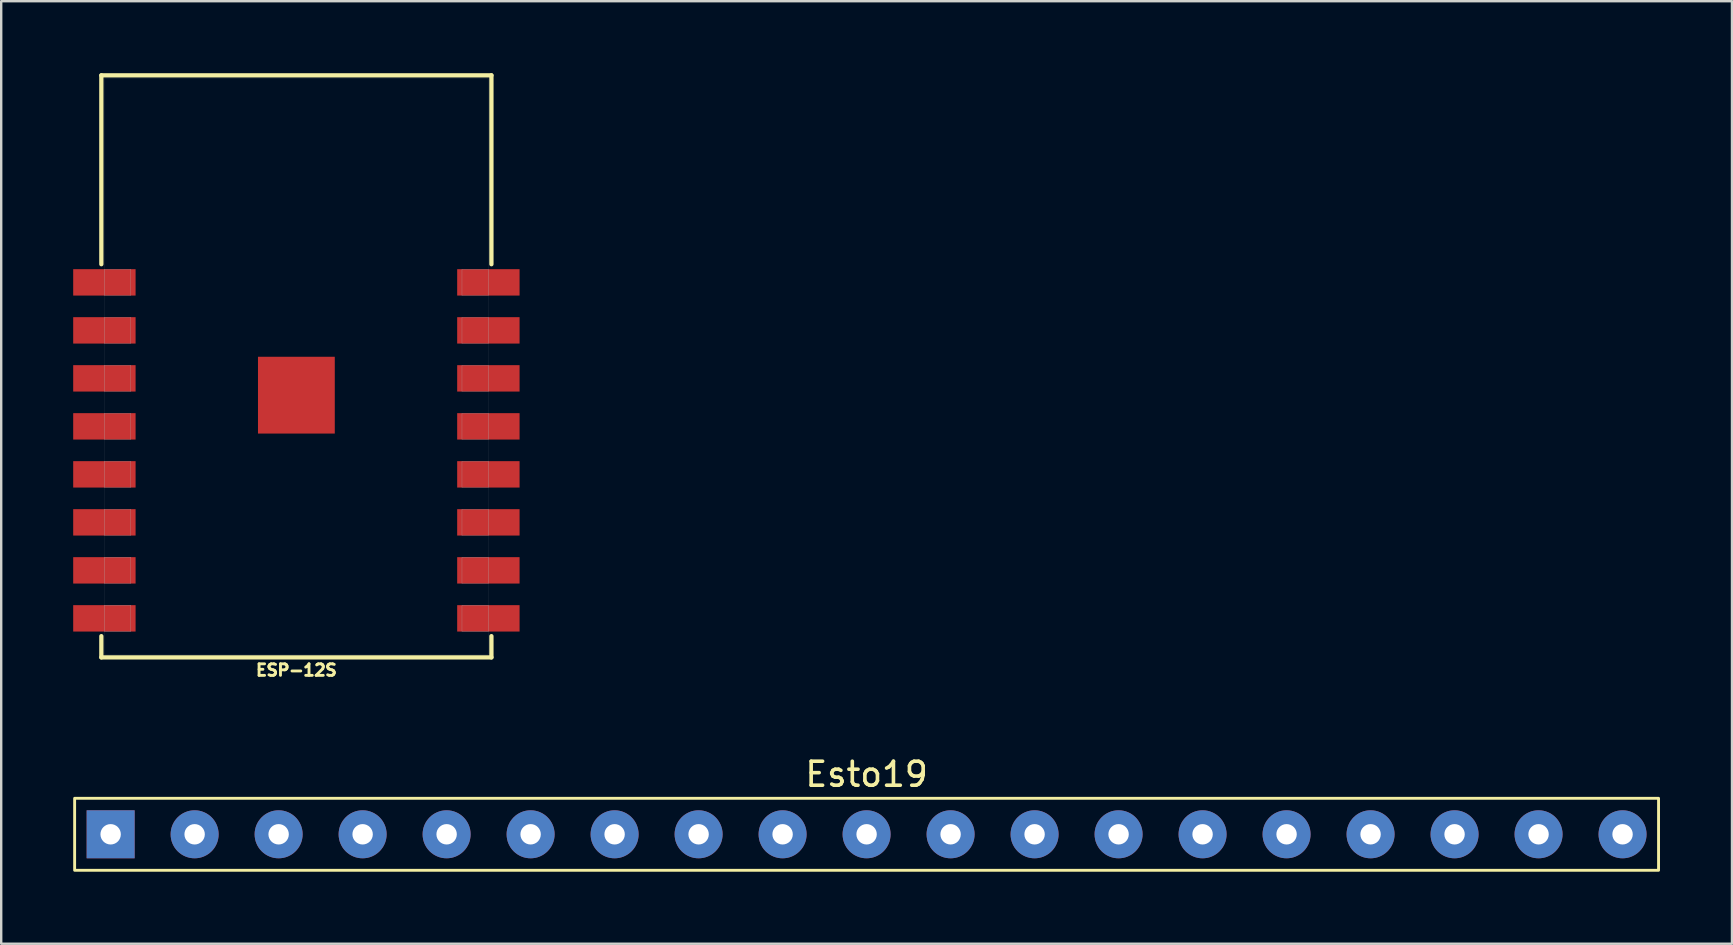
<source format=kicad_pcb>
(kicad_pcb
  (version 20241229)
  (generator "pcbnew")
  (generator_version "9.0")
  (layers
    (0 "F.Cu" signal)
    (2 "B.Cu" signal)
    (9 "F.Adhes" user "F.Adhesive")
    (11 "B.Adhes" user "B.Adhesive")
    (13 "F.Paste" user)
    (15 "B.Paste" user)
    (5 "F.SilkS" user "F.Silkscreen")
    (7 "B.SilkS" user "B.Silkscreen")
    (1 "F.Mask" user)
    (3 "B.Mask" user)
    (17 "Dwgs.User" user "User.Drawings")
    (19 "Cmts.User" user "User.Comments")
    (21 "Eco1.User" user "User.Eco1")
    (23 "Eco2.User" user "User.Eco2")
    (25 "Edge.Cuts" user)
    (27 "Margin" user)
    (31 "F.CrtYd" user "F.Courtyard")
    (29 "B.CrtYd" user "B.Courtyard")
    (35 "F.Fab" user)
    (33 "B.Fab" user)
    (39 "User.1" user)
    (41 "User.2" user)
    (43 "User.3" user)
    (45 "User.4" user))
  (footprint "Esto19"
    (layer "F.Cu")
    (at 33.06 31.714)
    (property "Reference" "Esto19" (at 0 -2.5 0) (unlocked yes) (layer "F.SilkS") (effects (font (size 1 1) (thickness 0.15))))
    (attr through_hole)
    (fp_rect (start -33 1.5) (end 33 -1.5) (stroke (width 0.12) (type solid)) (fill no) (layer "F.SilkS"))
    (pad "1" thru_hole rect (at -31.5 0) (size 2 2) (drill 0.85) (layers "*.Cu" "*.Mask"))
    (pad "2" thru_hole circle (at -28 0) (size 2 2) (drill 0.85) (layers "*.Cu" "*.Mask"))
    (pad "3" thru_hole circle (at -24.5 0) (size 2 2) (drill 0.85) (layers "*.Cu" "*.Mask"))
    (pad "4" thru_hole circle (at -21 0) (size 2 2) (drill 0.85) (layers "*.Cu" "*.Mask"))
    (pad "5" thru_hole circle (at -17.5 0) (size 2 2) (drill 0.85) (layers "*.Cu" "*.Mask"))
    (pad "6" thru_hole circle (at -14 0) (size 2 2) (drill 0.85) (layers "*.Cu" "*.Mask"))
    (pad "7" thru_hole circle (at -10.5 0) (size 2 2) (drill 0.85) (layers "*.Cu" "*.Mask"))
    (pad "8" thru_hole circle (at -7 0) (size 2 2) (drill 0.85) (layers "*.Cu" "*.Mask"))
    (pad "9" thru_hole circle (at -3.5 0) (size 2 2) (drill 0.85) (layers "*.Cu" "*.Mask"))
    (pad "10" thru_hole circle (at 0 0) (size 2 2) (drill 0.85) (layers "*.Cu" "*.Mask"))
    (pad "11" thru_hole circle (at 3.5 0) (size 2 2) (drill 0.85) (layers "*.Cu" "*.Mask"))
    (pad "12" thru_hole circle (at 7 0) (size 2 2) (drill 0.85) (layers "*.Cu" "*.Mask"))
    (pad "13" thru_hole circle (at 10.5 0) (size 2 2) (drill 0.85) (layers "*.Cu" "*.Mask"))
    (pad "14" thru_hole circle (at 14 0) (size 2 2) (drill 0.85) (layers "*.Cu" "*.Mask"))
    (pad "15" thru_hole circle (at 17.5 0) (size 2 2) (drill 0.85) (layers "*.Cu" "*.Mask"))
    (pad "16" thru_hole circle (at 21 0) (size 2 2) (drill 0.85) (layers "*.Cu" "*.Mask"))
    (pad "17" thru_hole circle (at 24.5 0) (size 2 2) (drill 0.85) (layers "*.Cu" "*.Mask"))
    (pad "18" thru_hole circle (at 28 0) (size 2 2) (drill 0.85) (layers "*.Cu" "*.Mask"))
    (pad "19" thru_hole circle (at 31.5 0) (size 2 2) (drill 0.85) (layers "*.Cu" "*.Mask")))
  (footprint "ESP-12S"
    (layer "F.Cu")
    (at 9.3 12.216)
    (property "Reference" "ESP-12S" (at 0 12.659 0) (layer "F.SilkS") (effects (font (size 0.48 0.48) (thickness 0.15))))
    (attr smd)
    (fp_line (start -8.127 -12.127) (end 8.127 -12.127) (stroke (width 0.178) (type solid)) (layer "F.SilkS"))
    (fp_line (start -8.127 -4.256) (end -8.127 -12.127) (stroke (width 0.178) (type solid)) (layer "F.SilkS"))
    (fp_line (start -8.127 12.127) (end -8.127 11.241) (stroke (width 0.178) (type solid)) (layer "F.SilkS"))
    (fp_line (start 8.127 -12.127) (end 8.127 -4.256) (stroke (width 0.178) (type solid)) (layer "F.SilkS"))
    (fp_line (start 8.127 11.241) (end 8.127 12.127) (stroke (width 0.178) (type solid)) (layer "F.SilkS"))
    (fp_line (start 8.127 12.127) (end -8.127 12.127) (stroke (width 0.178) (type solid)) (layer "F.SilkS"))
    (fp_poly (pts (xy -1.016 0.159) (xy 0.984 0.159) (xy 0.984 2.159) (xy -1.016 2.159)) (stroke (width 0.01) (type solid)) (fill yes) (layer "F.Paste"))
    (fp_line (start -8 -12) (end 8 -12) (stroke (width 0.003) (type solid)) (layer "F.Fab"))
    (fp_line (start -8 12) (end -8 -12) (stroke (width 0.003) (type solid)) (layer "F.Fab"))
    (fp_line (start 8 -12) (end 8 12) (stroke (width 0.003) (type solid)) (layer "F.Fab"))
    (fp_line (start 8 12) (end -8 12) (stroke (width 0.003) (type solid)) (layer "F.Fab"))
    (fp_poly (pts (xy -8 -4.05) (xy -6.9 -4.05) (xy -6.9 -2.95) (xy -8 -2.95)) (stroke (width 0.01) (type solid)) (fill no) (layer "F.Fab"))
    (fp_poly (pts (xy -8 -2.05) (xy -6.9 -2.05) (xy -6.9 -0.95) (xy -8 -0.95)) (stroke (width 0.01) (type solid)) (fill no) (layer "F.Fab"))
    (fp_poly (pts (xy -8 -0.05) (xy -6.9 -0.05) (xy -6.9 1.05) (xy -8 1.05)) (stroke (width 0.01) (type solid)) (fill no) (layer "F.Fab"))
    (fp_poly (pts (xy -8 1.95) (xy -6.9 1.95) (xy -6.9 3.05) (xy -8 3.05)) (stroke (width 0.01) (type solid)) (fill no) (layer "F.Fab"))
    (fp_poly (pts (xy -8 3.95) (xy -6.9 3.95) (xy -6.9 5.05) (xy -8 5.05)) (stroke (width 0.01) (type solid)) (fill no) (layer "F.Fab"))
    (fp_poly (pts (xy -8 5.95) (xy -6.9 5.95) (xy -6.9 7.05) (xy -8 7.05)) (stroke (width 0.01) (type solid)) (fill no) (layer "F.Fab"))
    (fp_poly (pts (xy -8 7.95) (xy -6.9 7.95) (xy -6.9 9.05) (xy -8 9.05)) (stroke (width 0.01) (type solid)) (fill no) (layer "F.Fab"))
    (fp_poly (pts (xy -8 9.95) (xy -6.9 9.95) (xy -6.9 11.05) (xy -8 11.05)) (stroke (width 0.01) (type solid)) (fill no) (layer "F.Fab"))
    (fp_poly (pts (xy 6.9 -4.05) (xy 8 -4.05) (xy 8 -2.95) (xy 6.9 -2.95)) (stroke (width 0.01) (type solid)) (fill no) (layer "F.Fab"))
    (fp_poly (pts (xy 6.9 -2.05) (xy 8 -2.05) (xy 8 -0.95) (xy 6.9 -0.95)) (stroke (width 0.01) (type solid)) (fill no) (layer "F.Fab"))
    (fp_poly (pts (xy 6.9 -0.05) (xy 8 -0.05) (xy 8 1.05) (xy 6.9 1.05)) (stroke (width 0.01) (type solid)) (fill no) (layer "F.Fab"))
    (fp_poly (pts (xy 6.9 1.95) (xy 8 1.95) (xy 8 3.05) (xy 6.9 3.05)) (stroke (width 0.01) (type solid)) (fill no) (layer "F.Fab"))
    (fp_poly (pts (xy 6.9 3.95) (xy 8 3.95) (xy 8 5.05) (xy 6.9 5.05)) (stroke (width 0.01) (type solid)) (fill no) (layer "F.Fab"))
    (fp_poly (pts (xy 6.9 5.95) (xy 8 5.95) (xy 8 7.05) (xy 6.9 7.05)) (stroke (width 0.01) (type solid)) (fill no) (layer "F.Fab"))
    (fp_poly (pts (xy 6.9 7.95) (xy 8 7.95) (xy 8 9.05) (xy 6.9 9.05)) (stroke (width 0.01) (type solid)) (fill no) (layer "F.Fab"))
    (fp_poly (pts (xy 6.9 9.95) (xy 8 9.95) (xy 8 11.05) (xy 6.9 11.05)) (stroke (width 0.01) (type solid)) (fill no) (layer "F.Fab"))
    (pad "1" smd rect (at -8 -3.5) (size 2.6 1.1) (layers "F.Cu" "F.Mask" "F.Paste"))
    (pad "2" smd rect (at -8 -1.5) (size 2.6 1.1) (layers "F.Cu" "F.Mask" "F.Paste"))
    (pad "3" smd rect (at -8 0.5) (size 2.6 1.1) (layers "F.Cu" "F.Mask" "F.Paste"))
    (pad "4" smd rect (at -8 2.5) (size 2.6 1.1) (layers "F.Cu" "F.Mask" "F.Paste"))
    (pad "5" smd rect (at -8 4.5) (size 2.6 1.1) (layers "F.Cu" "F.Mask" "F.Paste"))
    (pad "6" smd rect (at -8 6.5) (size 2.6 1.1) (layers "F.Cu" "F.Mask" "F.Paste"))
    (pad "7" smd rect (at -8 8.5) (size 2.6 1.1) (layers "F.Cu" "F.Mask" "F.Paste"))
    (pad "8" smd rect (at -8 10.5) (size 2.6 1.1) (layers "F.Cu" "F.Mask" "F.Paste"))
    (pad "9" smd rect (at 8 10.5 180) (size 2.6 1.1) (layers "F.Cu" "F.Mask" "F.Paste"))
    (pad "10" smd rect (at 8 8.5 180) (size 2.6 1.1) (layers "F.Cu" "F.Mask" "F.Paste"))
    (pad "11" smd rect (at 8 6.5 180) (size 2.6 1.1) (layers "F.Cu" "F.Mask" "F.Paste"))
    (pad "12" smd rect (at 8 4.5 180) (size 2.6 1.1) (layers "F.Cu" "F.Mask" "F.Paste"))
    (pad "13" smd rect (at 8 2.5 180) (size 2.6 1.1) (layers "F.Cu" "F.Mask" "F.Paste"))
    (pad "14" smd rect (at 8 0.5 180) (size 2.6 1.1) (layers "F.Cu" "F.Mask" "F.Paste"))
    (pad "15" smd rect (at 8 -1.5 180) (size 2.6 1.1) (layers "F.Cu" "F.Mask" "F.Paste"))
    (pad "16" smd rect (at 8 -3.5 180) (size 2.6 1.1) (layers "F.Cu" "F.Mask" "F.Paste"))
    (pad "P$1" smd rect (at 0 1.2) (size 3.2 3.2) (layers "F.Cu" "F.Mask"))
    (zone (net_name "") (layer "F.Cu") (hatch full 0.508) (connect_pads) (min_thickness 0.003) (filled_areas_thickness no) (keepout (tracks not_allowed) (vias not_allowed) (pads not_allowed) (copperpour not_allowed) (footprints allowed)) (placement (enabled no)) (fill) (polygon (pts (xy 1.3 7.216) (xy 17.3 7.216) (xy 17.3 0.216) (xy 1.3 0.216))))
    (zone (net_name "") (layer "B.Cu") (hatch full 0.508) (connect_pads) (min_thickness 0.003) (filled_areas_thickness no) (keepout (tracks not_allowed) (vias not_allowed) (pads not_allowed) (copperpour not_allowed) (footprints allowed)) (placement (enabled no)) (fill) (polygon (pts (xy 17.3 7.216) (xy 1.3 7.216) (xy 1.3 0.216) (xy 17.3 0.216)))))
  (gr_rect
    (start -3 -3)
    (end 69.12 36.274)
    (stroke (width 0.1) (type default))
    (fill no)
    (layer "Edge.Cuts")))
</source>
